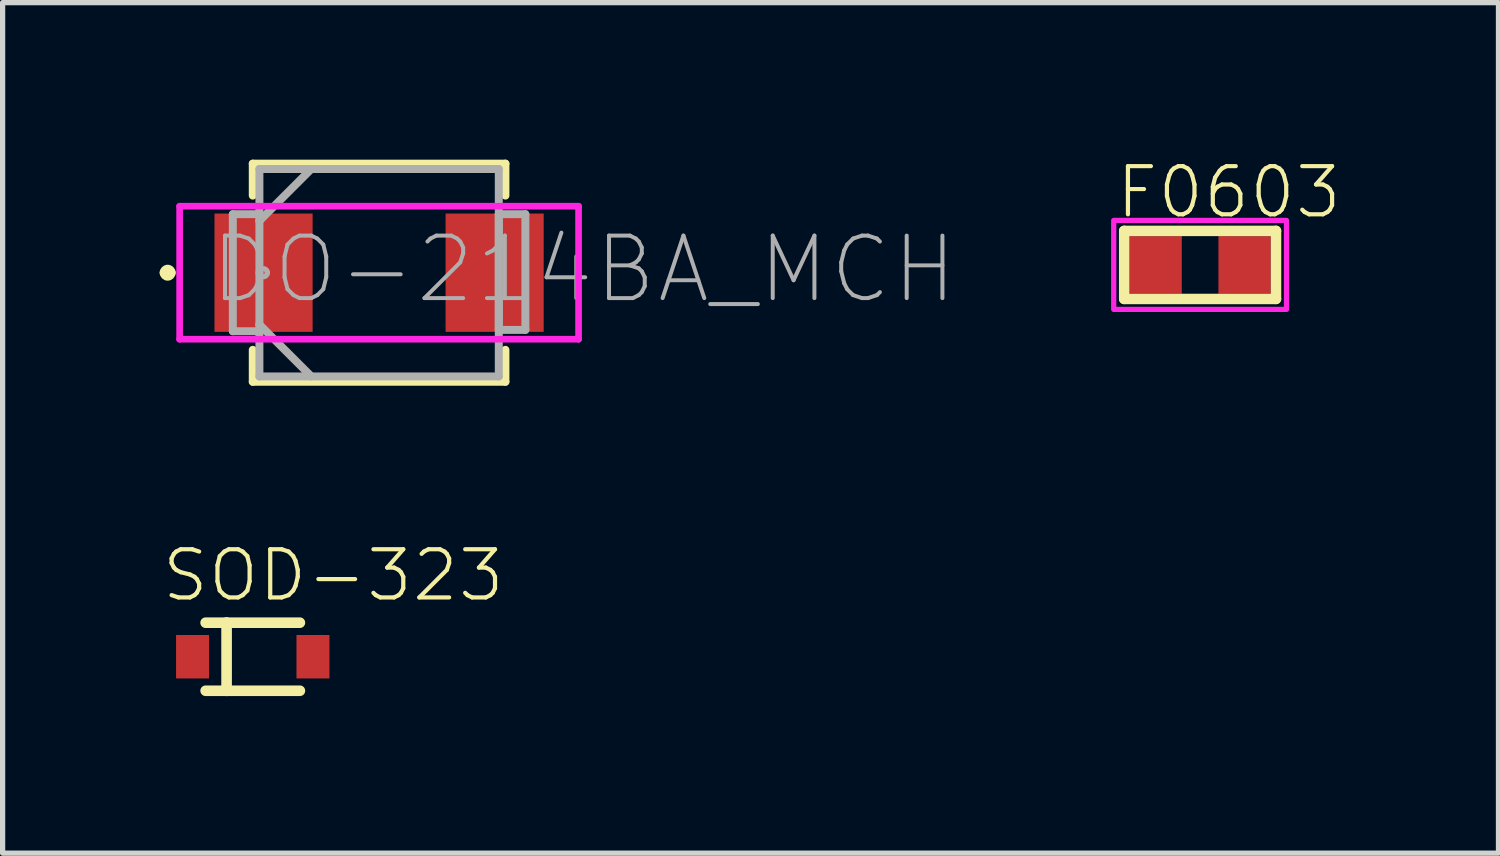
<source format=kicad_pcb>
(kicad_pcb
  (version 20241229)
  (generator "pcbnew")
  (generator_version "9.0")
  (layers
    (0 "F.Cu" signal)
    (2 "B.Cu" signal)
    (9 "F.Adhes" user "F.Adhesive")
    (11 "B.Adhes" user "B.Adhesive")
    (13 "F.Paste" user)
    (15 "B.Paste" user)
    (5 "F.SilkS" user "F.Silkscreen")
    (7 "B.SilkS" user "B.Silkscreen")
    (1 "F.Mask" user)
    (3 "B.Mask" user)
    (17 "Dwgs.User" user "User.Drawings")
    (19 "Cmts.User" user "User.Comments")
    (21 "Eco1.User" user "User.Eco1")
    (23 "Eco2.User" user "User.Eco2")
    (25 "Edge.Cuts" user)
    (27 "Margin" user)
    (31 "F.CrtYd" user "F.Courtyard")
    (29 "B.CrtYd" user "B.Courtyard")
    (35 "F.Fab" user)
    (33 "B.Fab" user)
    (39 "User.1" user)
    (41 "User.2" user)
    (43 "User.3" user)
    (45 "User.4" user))
  (footprint "DO-214BA_MCH"
    (layer "F.Cu")
    (at 4.191 2.159)
    (property "Reference" "DO-214BA_MCH" (at -3.277 0.635 0) (layer "F.Fab") (effects (font (size 1.194 1.194) (thickness 0.076)) (justify left bottom)))
    (fp_line (start -2.413 -2.083) (end -2.413 -1.473) (stroke (width 0.152) (type solid)) (layer "F.SilkS"))
    (fp_line (start -2.413 1.473) (end -2.413 2.083) (stroke (width 0.152) (type solid)) (layer "F.SilkS"))
    (fp_line (start -2.413 2.083) (end 2.413 2.083) (stroke (width 0.152) (type solid)) (layer "F.SilkS"))
    (fp_line (start 2.413 -2.083) (end -2.413 -2.083) (stroke (width 0.152) (type solid)) (layer "F.SilkS"))
    (fp_line (start 2.413 -1.473) (end 2.413 -2.083) (stroke (width 0.152) (type solid)) (layer "F.SilkS"))
    (fp_line (start 2.413 2.083) (end 2.413 1.473) (stroke (width 0.152) (type solid)) (layer "F.SilkS"))
    (fp_arc (start -4.1148 0) (mid -4.0386 -0.0762) (end -3.9624 0) (stroke (width 0.1524) (type solid)) (layer "F.SilkS"))
    (fp_arc (start -3.9624 0) (mid -4.0386 0.0762) (end -4.1148 0) (stroke (width 0.1524) (type solid)) (layer "F.SilkS"))
    (fp_line (start -3.81 -1.27) (end -3.81 1.27) (stroke (width 0.127) (type solid)) (layer "F.CrtYd"))
    (fp_line (start -3.81 1.27) (end 3.81 1.27) (stroke (width 0.127) (type solid)) (layer "F.CrtYd"))
    (fp_line (start 3.81 -1.27) (end -3.81 -1.27) (stroke (width 0.127) (type solid)) (layer "F.CrtYd"))
    (fp_line (start 3.81 1.27) (end 3.81 -1.27) (stroke (width 0.127) (type solid)) (layer "F.CrtYd"))
    (fp_line (start -2.794 -1.118) (end -2.794 1.118) (stroke (width 0.152) (type solid)) (layer "F.Fab"))
    (fp_line (start -2.794 1.118) (end -2.286 1.118) (stroke (width 0.152) (type solid)) (layer "F.Fab"))
    (fp_line (start -2.286 -1.981) (end -2.286 -1.118) (stroke (width 0.152) (type solid)) (layer "F.Fab"))
    (fp_line (start -2.286 -1.118) (end -2.794 -1.118) (stroke (width 0.152) (type solid)) (layer "F.Fab"))
    (fp_line (start -2.286 -0.991) (end -2.286 -1.118) (stroke (width 0.152) (type solid)) (layer "F.Fab"))
    (fp_line (start -2.286 -0.991) (end -1.295 -1.981) (stroke (width 0.152) (type solid)) (layer "F.Fab"))
    (fp_line (start -2.286 0) (end -2.286 -0.991) (stroke (width 0.152) (type solid)) (layer "F.Fab"))
    (fp_line (start -2.286 0.991) (end -2.286 0) (stroke (width 0.152) (type solid)) (layer "F.Fab"))
    (fp_line (start -2.286 0.991) (end -1.295 1.981) (stroke (width 0.152) (type solid)) (layer "F.Fab"))
    (fp_line (start -2.286 1.118) (end -2.286 0.991) (stroke (width 0.152) (type solid)) (layer "F.Fab"))
    (fp_line (start -2.286 1.118) (end -2.286 1.981) (stroke (width 0.152) (type solid)) (layer "F.Fab"))
    (fp_line (start -2.286 1.981) (end 2.286 1.981) (stroke (width 0.152) (type solid)) (layer "F.Fab"))
    (fp_line (start 2.286 -1.981) (end -2.286 -1.981) (stroke (width 0.152) (type solid)) (layer "F.Fab"))
    (fp_line (start 2.286 -1.118) (end 2.286 1.092) (stroke (width 0.152) (type solid)) (layer "F.Fab"))
    (fp_line (start 2.286 1.092) (end 2.794 1.092) (stroke (width 0.152) (type solid)) (layer "F.Fab"))
    (fp_line (start 2.286 1.981) (end 2.286 -1.981) (stroke (width 0.152) (type solid)) (layer "F.Fab"))
    (fp_line (start 2.794 -1.118) (end 2.286 -1.118) (stroke (width 0.152) (type solid)) (layer "F.Fab"))
    (fp_line (start 2.794 1.092) (end 2.794 -1.118) (stroke (width 0.152) (type solid)) (layer "F.Fab"))
    (fp_arc (start -2.286 0) (mid -2.2098 -0.0762) (end -2.1336 0) (stroke (width 0.1) (type solid)) (layer "F.Fab"))
    (fp_arc (start -2.1336 0) (mid -2.2098 0.0762) (end -2.286 0) (stroke (width 0.1) (type solid)) (layer "F.Fab"))
    (pad "1" smd rect (at -2.207 0) (size 1.874 2.26) (layers "F.Cu" "F.Mask" "F.Paste"))
    (pad "2" smd rect (at 2.207 0) (size 1.874 2.26) (layers "F.Cu" "F.Mask" "F.Paste")))
  (footprint "F0603"
    (layer "F.Cu")
    (at 19.873 2.01)
    (property "Reference" "F0603" (at -1.65 -0.85 0) (layer "F.SilkS") (effects (font (size 0.92 0.92) (thickness 0.08)) (justify left bottom)))
    (fp_line (start -1.45 -0.65) (end 1.45 -0.65) (stroke (width 0.2) (type solid)) (layer "F.SilkS"))
    (fp_line (start -1.45 0.65) (end -1.45 -0.65) (stroke (width 0.2) (type solid)) (layer "F.SilkS"))
    (fp_line (start 1.45 -0.65) (end 1.45 0.65) (stroke (width 0.2) (type solid)) (layer "F.SilkS"))
    (fp_line (start 1.45 0.65) (end -1.45 0.65) (stroke (width 0.2) (type solid)) (layer "F.SilkS"))
    (fp_poly (pts (xy -1.65 0.85) (xy 1.65 0.85) (xy 1.65 -0.85) (xy -1.65 -0.85)) (stroke (width 0.1) (type default)) (fill no) (layer "F.CrtYd"))
    (pad "1" smd rect (at -0.85 0) (size 1 1.1) (layers "F.Cu" "F.Mask" "F.Paste"))
    (pad "2" smd rect (at 0.85 0) (size 1 1.1) (layers "F.Cu" "F.Mask" "F.Paste")))
  (footprint "SOD-323"
    (layer "F.Cu")
    (at 1.778 9.494)
    (property "Reference" "SOD-323" (at -1.778 -1.016 0) (layer "F.SilkS") (effects (font (size 0.92 0.92) (thickness 0.08)) (justify left bottom)))
    (fp_line (start -0.9 -0.65) (end -0.5 -0.65) (stroke (width 0.203) (type solid)) (layer "F.SilkS"))
    (fp_line (start -0.9 0.65) (end -0.5 0.65) (stroke (width 0.203) (type solid)) (layer "F.SilkS"))
    (fp_line (start -0.5 -0.65) (end -0.5 0.65) (stroke (width 0.203) (type solid)) (layer "F.SilkS"))
    (fp_line (start -0.5 -0.65) (end 0.9 -0.65) (stroke (width 0.203) (type solid)) (layer "F.SilkS"))
    (fp_line (start -0.5 0.65) (end 0.9 0.65) (stroke (width 0.203) (type solid)) (layer "F.SilkS"))
    (pad "A" smd rect (at 1.15 0) (size 0.63 0.83) (layers "F.Cu" "F.Mask" "F.Paste"))
    (pad "C" smd rect (at -1.15 0) (size 0.63 0.83) (layers "F.Cu" "F.Mask" "F.Paste")))
  (gr_rect
    (start -3 -3)
    (end 25.572 13.246)
    (stroke (width 0.1) (type default))
    (fill no)
    (layer "Edge.Cuts")))
</source>
